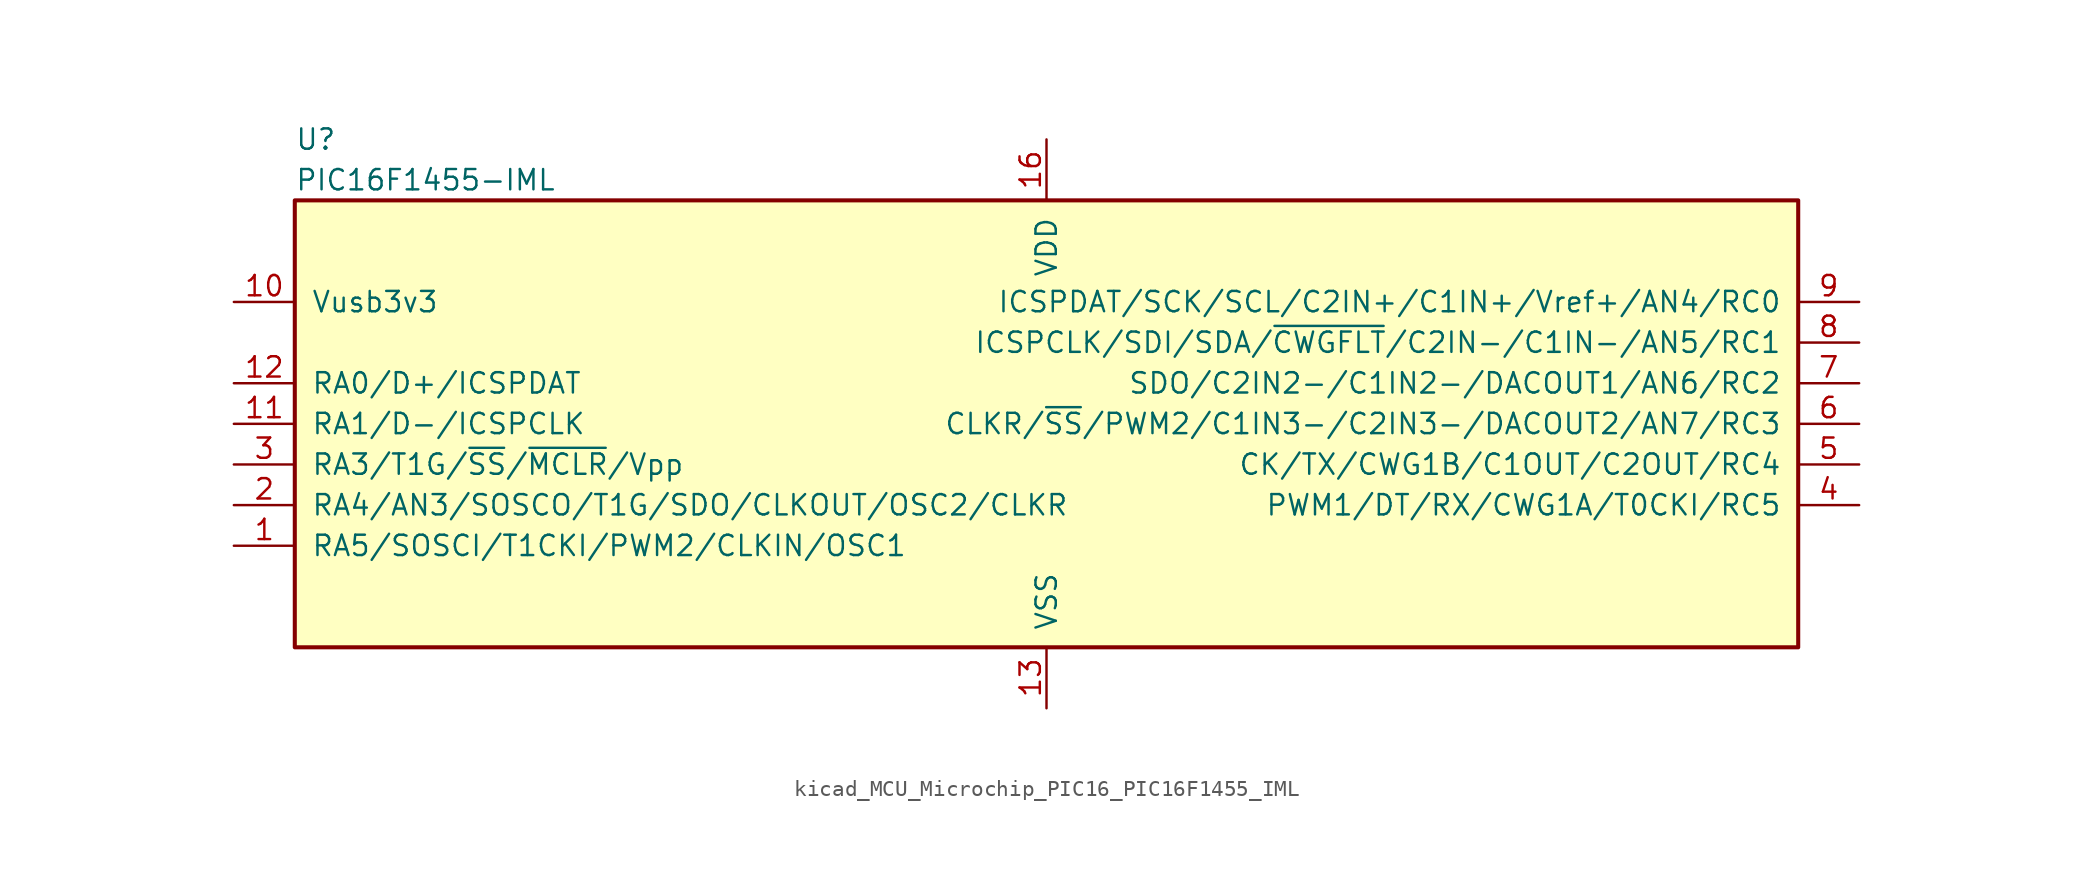
<source format=kicad_sym>
(kicad_symbol_lib
  (version 20220914)
  (generator kicad_symbol_editor)
  (symbol "kicad_MCU_Microchip_PIC16_PIC16F1455_IML"
    (pin_names
      (offset 1.016))
    (property "Reference" "U"
      (at -46.99 17.78 0)
      (effects (font (size 1.27 1.27)) (justify left)))
    (property "Value" "PIC16F1455-IML"
      (at -46.99 15.24 0)
      (effects (font (size 1.27 1.27)) (justify left)))
    (symbol "kicad_MCU_Microchip_PIC16_PIC16F1455_IML_0_1"
      (rectangle (start -46.99 13.97) (end 46.99 -13.97) (stroke (width 0.254) (type default)) (fill (type background))))
    (symbol "kicad_MCU_Microchip_PIC16_PIC16F1455_IML_1_1"
      (pin bidirectional line (at -50.8 -7.62 0) (length 3.81) (name "RA5/SOSCI/T1CKI/PWM2/CLKIN/OSC1" (effects (font (size 1.27 1.27)))) (number "1" (effects (font (size 1.27 1.27)))))
      (pin bidirectional line (at -50.8 7.62 0) (length 3.81) (name "Vusb3v3" (effects (font (size 1.27 1.27)))) (number "10" (effects (font (size 1.27 1.27)))))
      (pin bidirectional line (at -50.8 0 0) (length 3.81) (name "RA1/D-/ICSPCLK" (effects (font (size 1.27 1.27)))) (number "11" (effects (font (size 1.27 1.27)))))
      (pin bidirectional line (at -50.8 2.54 0) (length 3.81) (name "RA0/D+/ICSPDAT" (effects (font (size 1.27 1.27)))) (number "12" (effects (font (size 1.27 1.27)))))
      (pin power_in line (at 0 -17.78 90) (length 3.81) (name "VSS" (effects (font (size 1.27 1.27)))) (number "13" (effects (font (size 1.27 1.27)))))
      (pin power_in line (at 0 17.78 270) (length 3.81) (name "VDD" (effects (font (size 1.27 1.27)))) (number "16" (effects (font (size 1.27 1.27)))))
      (pin bidirectional line (at -50.8 -5.08 0) (length 3.81) (name "RA4/AN3/SOSCO/T1G/SDO/CLKOUT/OSC2/CLKR" (effects (font (size 1.27 1.27)))) (number "2" (effects (font (size 1.27 1.27)))))
      (pin input line (at -50.8 -2.54 0) (length 3.81) (name "RA3/T1G/~{SS}/~{MCLR}/Vpp" (effects (font (size 1.27 1.27)))) (number "3" (effects (font (size 1.27 1.27)))))
      (pin bidirectional line (at 50.8 -5.08 180) (length 3.81) (name "PWM1/DT/RX/CWG1A/T0CKI/RC5" (effects (font (size 1.27 1.27)))) (number "4" (effects (font (size 1.27 1.27)))))
      (pin bidirectional line (at 50.8 -2.54 180) (length 3.81) (name "CK/TX/CWG1B/C1OUT/C2OUT/RC4" (effects (font (size 1.27 1.27)))) (number "5" (effects (font (size 1.27 1.27)))))
      (pin bidirectional line (at 50.8 0 180) (length 3.81) (name "CLKR/~{SS}/PWM2/C1IN3-/C2IN3-/DACOUT2/AN7/RC3" (effects (font (size 1.27 1.27)))) (number "6" (effects (font (size 1.27 1.27)))))
      (pin bidirectional line (at 50.8 2.54 180) (length 3.81) (name "SDO/C2IN2-/C1IN2-/DACOUT1/AN6/RC2" (effects (font (size 1.27 1.27)))) (number "7" (effects (font (size 1.27 1.27)))))
      (pin bidirectional line (at 50.8 5.08 180) (length 3.81) (name "ICSPCLK/SDI/SDA/~{CWGFLT}/C2IN-/C1IN-/AN5/RC1" (effects (font (size 1.27 1.27)))) (number "8" (effects (font (size 1.27 1.27)))))
      (pin bidirectional line (at 50.8 7.62 180) (length 3.81) (name "ICSPDAT/SCK/SCL/C2IN+/C1IN+/Vref+/AN4/RC0" (effects (font (size 1.27 1.27)))) (number "9" (effects (font (size 1.27 1.27))))))))
</source>
